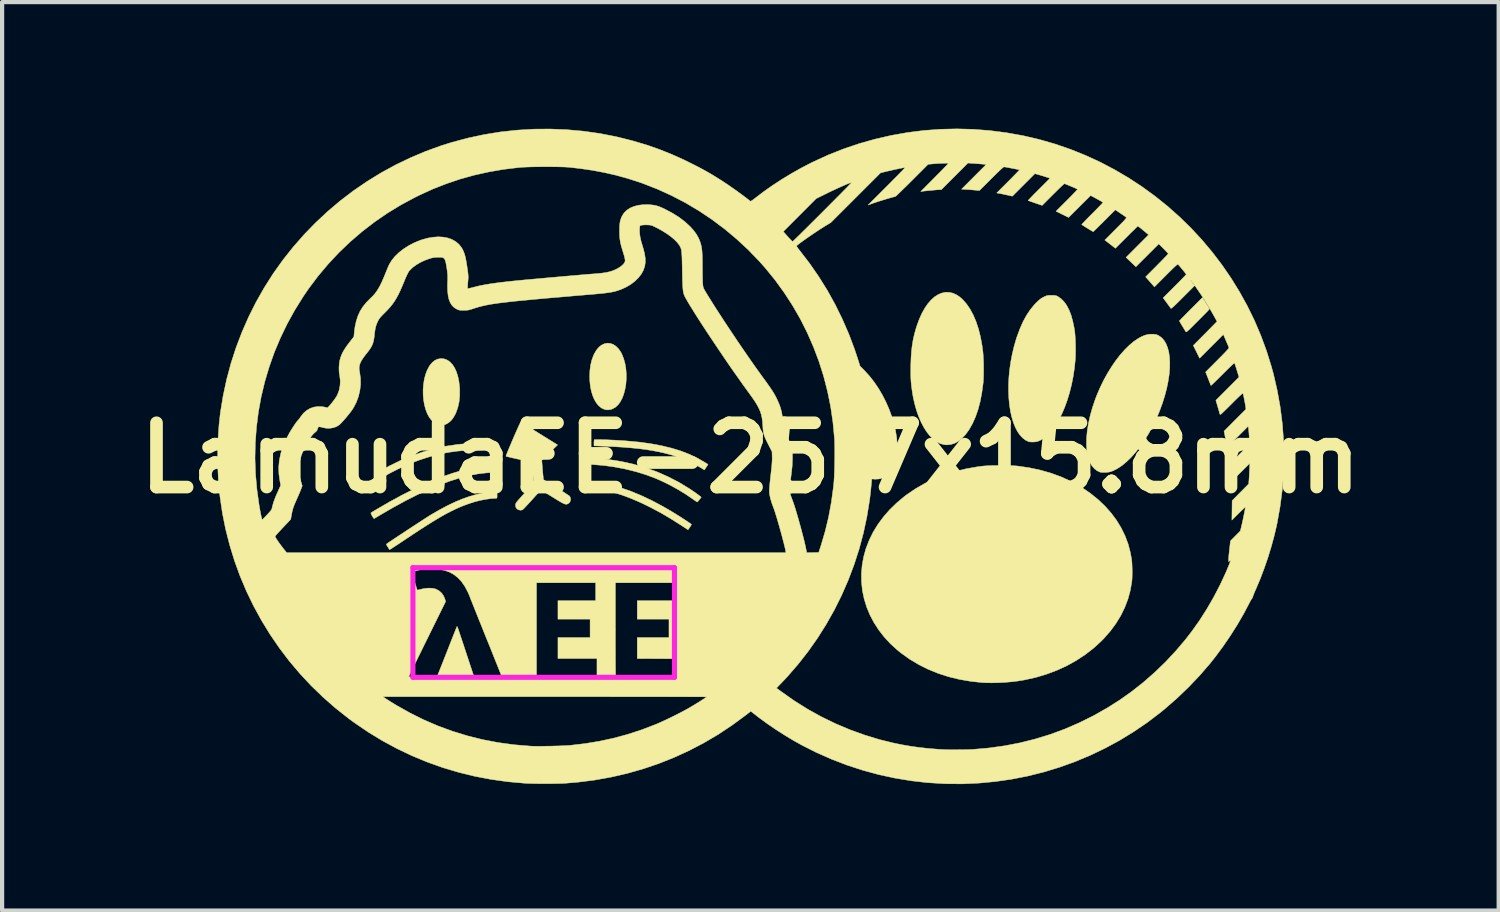
<source format=kicad_pcb>
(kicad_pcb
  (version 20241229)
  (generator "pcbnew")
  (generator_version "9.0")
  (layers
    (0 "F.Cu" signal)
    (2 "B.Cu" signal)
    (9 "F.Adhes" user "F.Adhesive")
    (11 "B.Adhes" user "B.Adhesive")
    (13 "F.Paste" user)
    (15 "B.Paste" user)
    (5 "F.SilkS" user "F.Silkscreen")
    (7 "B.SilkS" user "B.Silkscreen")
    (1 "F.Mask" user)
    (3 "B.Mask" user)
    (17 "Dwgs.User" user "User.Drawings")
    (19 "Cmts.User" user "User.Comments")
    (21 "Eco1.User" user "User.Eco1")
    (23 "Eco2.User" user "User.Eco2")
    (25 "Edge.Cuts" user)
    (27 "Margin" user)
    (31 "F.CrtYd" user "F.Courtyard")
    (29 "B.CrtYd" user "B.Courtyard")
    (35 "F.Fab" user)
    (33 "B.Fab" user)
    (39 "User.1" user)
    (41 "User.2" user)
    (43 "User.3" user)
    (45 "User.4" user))
  (footprint "LamudaEE-25.7x15.8mm"
    (layer "F.Cu")
    (at 14.739 7.807)
    (property "Reference" "LamudaEE-25.7x15.8mm" (at 0 0 0) (layer "F.SilkS") (effects (font (size 1.524 1.524) (thickness 0.3))))
    (attr exclude_from_pos_files exclude_from_bom)
    (fp_poly (pts (xy -3.797 0.555) (xy -3.565 0.585) (xy -3.328 0.634) (xy -3.086 0.701) (xy -2.837 0.787) (xy -2.584 0.892) (xy -2.323 1.016) (xy -2.057 1.158) (xy -1.872 1.266) (xy -1.814 1.301) (xy -1.752 1.34) (xy -1.688 1.38) (xy -1.624 1.42) (xy -1.564 1.459) (xy -1.51 1.495) (xy -1.464 1.525) (xy -1.428 1.55) (xy -1.405 1.567) (xy -1.398 1.573) (xy -1.401 1.585) (xy -1.414 1.608) (xy -1.433 1.638) (xy -1.436 1.642) (xy -1.478 1.703) (xy -1.631 1.602) (xy -1.881 1.444) (xy -2.127 1.299) (xy -2.37 1.17) (xy -2.607 1.055) (xy -2.838 0.956) (xy -3.062 0.873) (xy -3.278 0.807) (xy -3.485 0.757) (xy -3.631 0.731) (xy -3.685 0.723) (xy -3.737 0.717) (xy -3.781 0.713) (xy -3.811 0.711) (xy -3.813 0.711) (xy -3.861 0.711) (xy -3.861 0.549) (xy -3.797 0.555)) (stroke (width 0.01) (type solid)) (fill yes) (layer "F.SilkS"))
    (fp_poly (pts (xy -3.326 -2.717) (xy -3.257 -2.695) (xy -3.192 -2.653) (xy -3.131 -2.594) (xy -3.075 -2.516) (xy -3.048 -2.464) (xy -3.005 -2.358) (xy -2.973 -2.243) (xy -2.952 -2.121) (xy -2.942 -1.996) (xy -2.942 -1.869) (xy -2.952 -1.744) (xy -2.973 -1.624) (xy -3.003 -1.511) (xy -3.042 -1.409) (xy -3.091 -1.32) (xy -3.137 -1.26) (xy -3.198 -1.204) (xy -3.265 -1.165) (xy -3.335 -1.143) (xy -3.405 -1.14) (xy -3.461 -1.152) (xy -3.531 -1.185) (xy -3.595 -1.237) (xy -3.651 -1.305) (xy -3.7 -1.388) (xy -3.741 -1.485) (xy -3.773 -1.595) (xy -3.796 -1.715) (xy -3.808 -1.845) (xy -3.81 -1.928) (xy -3.805 -2.071) (xy -3.788 -2.2) (xy -3.76 -2.318) (xy -3.72 -2.429) (xy -3.702 -2.467) (xy -3.651 -2.555) (xy -3.594 -2.624) (xy -3.531 -2.675) (xy -3.464 -2.707) (xy -3.395 -2.722) (xy -3.326 -2.717)) (stroke (width 0.01) (type solid)) (fill yes) (layer "F.SilkS"))
    (fp_poly (pts (xy 10.762 -3.733) (xy 10.802 -3.668) (xy 10.836 -3.614) (xy 10.86 -3.572) (xy 10.876 -3.543) (xy 10.881 -3.529) (xy 10.874 -3.52) (xy 10.855 -3.499) (xy 10.824 -3.466) (xy 10.783 -3.424) (xy 10.734 -3.374) (xy 10.678 -3.318) (xy 10.618 -3.257) (xy 10.608 -3.247) (xy 10.538 -3.178) (xy 10.482 -3.121) (xy 10.436 -3.076) (xy 10.401 -3.042) (xy 10.374 -3.018) (xy 10.355 -3.002) (xy 10.342 -2.992) (xy 10.333 -2.989) (xy 10.327 -2.99) (xy 10.322 -2.994) (xy 10.32 -2.998) (xy 10.296 -3.036) (xy 10.27 -3.079) (xy 10.243 -3.124) (xy 10.217 -3.166) (xy 10.196 -3.204) (xy 10.179 -3.232) (xy 10.171 -3.248) (xy 10.17 -3.25) (xy 10.177 -3.258) (xy 10.197 -3.279) (xy 10.228 -3.312) (xy 10.269 -3.353) (xy 10.318 -3.403) (xy 10.373 -3.459) (xy 10.434 -3.52) (xy 10.444 -3.53) (xy 10.717 -3.803) (xy 10.762 -3.733)) (stroke (width 0.01) (type solid)) (fill yes) (layer "F.SilkS"))
    (fp_poly (pts (xy -7.25 -2.347) (xy -7.181 -2.319) (xy -7.117 -2.273) (xy -7.06 -2.211) (xy -7.01 -2.133) (xy -6.968 -2.041) (xy -6.935 -1.935) (xy -6.91 -1.817) (xy -6.895 -1.688) (xy -6.891 -1.626) (xy -6.892 -1.474) (xy -6.905 -1.335) (xy -6.933 -1.207) (xy -6.974 -1.087) (xy -6.994 -1.041) (xy -7.042 -0.956) (xy -7.097 -0.886) (xy -7.159 -0.833) (xy -7.224 -0.796) (xy -7.293 -0.778) (xy -7.364 -0.779) (xy -7.376 -0.782) (xy -7.439 -0.802) (xy -7.498 -0.838) (xy -7.55 -0.884) (xy -7.608 -0.957) (xy -7.657 -1.044) (xy -7.696 -1.145) (xy -7.726 -1.255) (xy -7.747 -1.373) (xy -7.758 -1.495) (xy -7.759 -1.619) (xy -7.75 -1.742) (xy -7.731 -1.862) (xy -7.702 -1.975) (xy -7.663 -2.079) (xy -7.614 -2.172) (xy -7.596 -2.199) (xy -7.539 -2.266) (xy -7.479 -2.314) (xy -7.414 -2.344) (xy -7.343 -2.356) (xy -7.324 -2.357) (xy -7.25 -2.347)) (stroke (width 0.01) (type solid)) (fill yes) (layer "F.SilkS"))
    (fp_poly (pts (xy -6.365 -0.342) (xy -6.347 -0.341) (xy -6.228 -0.333) (xy -6.228 -0.271) (xy -6.229 -0.236) (xy -6.233 -0.209) (xy -6.236 -0.197) (xy -6.247 -0.193) (xy -6.276 -0.19) (xy -6.323 -0.188) (xy -6.389 -0.186) (xy -6.475 -0.186) (xy -6.492 -0.186) (xy -6.717 -0.18) (xy -6.931 -0.164) (xy -7.139 -0.136) (xy -7.347 -0.096) (xy -7.56 -0.042) (xy -7.691 -0.003) (xy -7.851 0.05) (xy -8.021 0.115) (xy -8.195 0.189) (xy -8.367 0.269) (xy -8.534 0.354) (xy -8.688 0.439) (xy -8.689 0.44) (xy -8.819 0.516) (xy -8.859 0.449) (xy -8.899 0.382) (xy -8.821 0.335) (xy -8.563 0.191) (xy -8.3 0.062) (xy -8.031 -0.05) (xy -7.76 -0.145) (xy -7.488 -0.222) (xy -7.216 -0.28) (xy -6.947 -0.32) (xy -6.903 -0.325) (xy -6.817 -0.332) (xy -6.722 -0.337) (xy -6.624 -0.341) (xy -6.528 -0.344) (xy -6.44 -0.344) (xy -6.365 -0.342)) (stroke (width 0.01) (type solid)) (fill yes) (layer "F.SilkS"))
    (fp_poly (pts (xy -3.757 0.000104) (xy -3.724 0.001) (xy -3.676 0.005) (xy -3.616 0.009) (xy -3.549 0.016) (xy -3.478 0.022) (xy -3.41 0.03) (xy -3.353 0.037) (xy -3.06 0.083) (xy -2.772 0.147) (xy -2.49 0.229) (xy -2.215 0.328) (xy -1.95 0.445) (xy -1.694 0.577) (xy -1.45 0.725) (xy -1.345 0.795) (xy -1.3 0.827) (xy -1.258 0.858) (xy -1.224 0.883) (xy -1.201 0.901) (xy -1.199 0.902) (xy -1.165 0.931) (xy -1.208 0.986) (xy -1.231 1.014) (xy -1.249 1.035) (xy -1.258 1.044) (xy -1.258 1.044) (xy -1.268 1.039) (xy -1.292 1.024) (xy -1.326 1.001) (xy -1.367 0.973) (xy -1.392 0.955) (xy -1.535 0.858) (xy -1.692 0.762) (xy -1.857 0.669) (xy -2.024 0.584) (xy -2.187 0.509) (xy -2.256 0.48) (xy -2.484 0.395) (xy -2.725 0.322) (xy -2.972 0.261) (xy -3.221 0.213) (xy -3.466 0.179) (xy -3.592 0.168) (xy -3.64 0.164) (xy -3.69 0.16) (xy -3.731 0.156) (xy -3.731 0.156) (xy -3.79 0.15) (xy -3.79 0) (xy -3.757 0.000104)) (stroke (width 0.01) (type solid)) (fill yes) (layer "F.SilkS"))
    (fp_poly (pts (xy -3.554 -0.435) (xy -3.483 -0.433) (xy -3.404 -0.431) (xy -3.319 -0.427) (xy -3.229 -0.423) (xy -3.137 -0.418) (xy -3.045 -0.412) (xy -2.956 -0.406) (xy -2.896 -0.401) (xy -2.612 -0.374) (xy -2.345 -0.336) (xy -2.096 -0.289) (xy -1.863 -0.232) (xy -1.646 -0.165) (xy -1.445 -0.087) (xy -1.26 0.001) (xy -1.089 0.099) (xy -1.079 0.106) (xy -1.004 0.153) (xy -1.022 0.181) (xy -1.054 0.229) (xy -1.076 0.263) (xy -1.089 0.281) (xy -1.091 0.284) (xy -1.1 0.279) (xy -1.121 0.265) (xy -1.153 0.245) (xy -1.173 0.233) (xy -1.322 0.147) (xy -1.485 0.069) (xy -1.66 -0.002) (xy -1.842 -0.063) (xy -1.881 -0.075) (xy -2.021 -0.112) (xy -2.166 -0.145) (xy -2.318 -0.174) (xy -2.479 -0.2) (xy -2.651 -0.222) (xy -2.835 -0.24) (xy -3.034 -0.256) (xy -3.25 -0.269) (xy -3.483 -0.279) (xy -3.518 -0.281) (xy -3.708 -0.288) (xy -3.708 -0.355) (xy -3.707 -0.391) (xy -3.704 -0.419) (xy -3.701 -0.432) (xy -3.689 -0.435) (xy -3.659 -0.436) (xy -3.613 -0.436) (xy -3.554 -0.435)) (stroke (width 0.01) (type solid)) (fill yes) (layer "F.SilkS"))
    (fp_poly (pts (xy -6.11 0.266) (xy -6.114 0.302) (xy -6.117 0.329) (xy -6.119 0.341) (xy -6.119 0.341) (xy -6.129 0.342) (xy -6.156 0.345) (xy -6.196 0.349) (xy -6.245 0.353) (xy -6.265 0.354) (xy -6.464 0.378) (xy -6.675 0.419) (xy -6.897 0.476) (xy -7.13 0.55) (xy -7.375 0.641) (xy -7.63 0.748) (xy -7.897 0.872) (xy -8.175 1.013) (xy -8.464 1.171) (xy -8.763 1.344) (xy -8.813 1.374) (xy -8.857 1.4) (xy -8.891 1.42) (xy -8.914 1.434) (xy -8.921 1.438) (xy -8.929 1.432) (xy -8.943 1.412) (xy -8.962 1.382) (xy -8.966 1.375) (xy -8.983 1.342) (xy -8.994 1.316) (xy -8.996 1.302) (xy -8.995 1.301) (xy -8.984 1.294) (xy -8.958 1.277) (xy -8.921 1.255) (xy -8.875 1.227) (xy -8.824 1.197) (xy -8.546 1.036) (xy -8.276 0.889) (xy -8.014 0.756) (xy -7.761 0.636) (xy -7.518 0.53) (xy -7.285 0.438) (xy -7.062 0.362) (xy -6.852 0.299) (xy -6.653 0.252) (xy -6.556 0.234) (xy -6.467 0.22) (xy -6.378 0.209) (xy -6.293 0.2) (xy -6.217 0.195) (xy -6.165 0.193) (xy -6.103 0.193) (xy -6.11 0.266)) (stroke (width 0.01) (type solid)) (fill yes) (layer "F.SilkS"))
    (fp_poly (pts (xy -6.005 0.877) (xy -6.005 0.917) (xy -6.007 0.94) (xy -6.012 0.951) (xy -6.021 0.955) (xy -6.027 0.955) (xy -6.144 0.962) (xy -6.273 0.98) (xy -6.407 1.006) (xy -6.543 1.041) (xy -6.624 1.067) (xy -6.72 1.1) (xy -6.814 1.135) (xy -6.908 1.174) (xy -7.003 1.217) (xy -7.101 1.265) (xy -7.204 1.318) (xy -7.313 1.379) (xy -7.429 1.447) (xy -7.555 1.524) (xy -7.692 1.61) (xy -7.841 1.706) (xy -8.004 1.813) (xy -8.071 1.858) (xy -8.154 1.913) (xy -8.233 1.966) (xy -8.305 2.014) (xy -8.37 2.057) (xy -8.426 2.093) (xy -8.47 2.122) (xy -8.501 2.142) (xy -8.516 2.152) (xy -8.554 2.175) (xy -8.595 2.111) (xy -8.615 2.078) (xy -8.626 2.058) (xy -8.628 2.045) (xy -8.622 2.037) (xy -8.618 2.034) (xy -8.598 2.02) (xy -8.563 1.995) (xy -8.514 1.963) (xy -8.455 1.923) (xy -8.386 1.877) (xy -8.31 1.827) (xy -8.229 1.774) (xy -8.145 1.718) (xy -8.059 1.662) (xy -7.974 1.606) (xy -7.892 1.553) (xy -7.815 1.502) (xy -7.744 1.456) (xy -7.682 1.416) (xy -7.63 1.383) (xy -7.591 1.358) (xy -7.569 1.345) (xy -7.365 1.227) (xy -7.173 1.125) (xy -6.989 1.038) (xy -6.814 0.966) (xy -6.646 0.907) (xy -6.483 0.862) (xy -6.323 0.83) (xy -6.167 0.811) (xy -6.117 0.807) (xy -6.005 0.8) (xy -6.005 0.877)) (stroke (width 0.01) (type solid)) (fill yes) (layer "F.SilkS"))
    (fp_poly (pts (xy 9.547 -2.934) (xy 9.597 -2.93) (xy 9.636 -2.921) (xy 9.672 -2.905) (xy 9.681 -2.9) (xy 9.749 -2.852) (xy 9.807 -2.787) (xy 9.855 -2.707) (xy 9.892 -2.612) (xy 9.92 -2.504) (xy 9.937 -2.384) (xy 9.943 -2.253) (xy 9.94 -2.113) (xy 9.926 -1.963) (xy 9.902 -1.806) (xy 9.868 -1.642) (xy 9.823 -1.472) (xy 9.768 -1.298) (xy 9.703 -1.12) (xy 9.686 -1.077) (xy 9.609 -0.899) (xy 9.524 -0.728) (xy 9.433 -0.564) (xy 9.336 -0.41) (xy 9.236 -0.266) (xy 9.132 -0.134) (xy 9.026 -0.015) (xy 8.918 0.089) (xy 8.811 0.178) (xy 8.705 0.249) (xy 8.601 0.302) (xy 8.587 0.308) (xy 8.541 0.324) (xy 8.5 0.334) (xy 8.455 0.34) (xy 8.412 0.342) (xy 8.367 0.342) (xy 8.327 0.341) (xy 8.299 0.338) (xy 8.291 0.336) (xy 8.217 0.302) (xy 8.151 0.249) (xy 8.093 0.181) (xy 8.046 0.097) (xy 8.011 0.000446) (xy 8.003 -0.03) (xy 7.978 -0.165) (xy 7.968 -0.313) (xy 7.97 -0.472) (xy 7.986 -0.642) (xy 8.015 -0.82) (xy 8.056 -1.005) (xy 8.109 -1.194) (xy 8.175 -1.388) (xy 8.211 -1.483) (xy 8.288 -1.663) (xy 8.372 -1.837) (xy 8.463 -2.003) (xy 8.56 -2.16) (xy 8.661 -2.307) (xy 8.765 -2.442) (xy 8.872 -2.563) (xy 8.98 -2.67) (xy 9.088 -2.761) (xy 9.195 -2.834) (xy 9.27 -2.875) (xy 9.348 -2.908) (xy 9.418 -2.927) (xy 9.489 -2.935) (xy 9.547 -2.934)) (stroke (width 0.01) (type solid)) (fill yes) (layer "F.SilkS"))
    (fp_poly (pts (xy 4.71 -3.927) (xy 4.797 -3.908) (xy 4.884 -3.87) (xy 4.97 -3.812) (xy 5.033 -3.756) (xy 5.125 -3.651) (xy 5.209 -3.528) (xy 5.284 -3.389) (xy 5.35 -3.233) (xy 5.407 -3.061) (xy 5.454 -2.875) (xy 5.491 -2.675) (xy 5.513 -2.515) (xy 5.519 -2.439) (xy 5.524 -2.349) (xy 5.528 -2.25) (xy 5.529 -2.146) (xy 5.529 -2.042) (xy 5.528 -1.943) (xy 5.524 -1.855) (xy 5.519 -1.78) (xy 5.518 -1.773) (xy 5.488 -1.551) (xy 5.449 -1.344) (xy 5.399 -1.153) (xy 5.338 -0.977) (xy 5.268 -0.819) (xy 5.188 -0.677) (xy 5.179 -0.663) (xy 5.101 -0.556) (xy 5.018 -0.467) (xy 4.933 -0.398) (xy 4.844 -0.349) (xy 4.753 -0.32) (xy 4.66 -0.31) (xy 4.597 -0.315) (xy 4.509 -0.338) (xy 4.423 -0.38) (xy 4.341 -0.44) (xy 4.261 -0.517) (xy 4.186 -0.61) (xy 4.116 -0.719) (xy 4.051 -0.841) (xy 3.992 -0.976) (xy 3.94 -1.123) (xy 3.895 -1.281) (xy 3.858 -1.448) (xy 3.846 -1.517) (xy 3.831 -1.617) (xy 3.819 -1.708) (xy 3.81 -1.796) (xy 3.804 -1.886) (xy 3.802 -1.98) (xy 3.801 -2.086) (xy 3.803 -2.207) (xy 3.803 -2.208) (xy 3.809 -2.375) (xy 3.819 -2.527) (xy 3.836 -2.668) (xy 3.858 -2.802) (xy 3.888 -2.934) (xy 3.925 -3.067) (xy 3.952 -3.15) (xy 4.008 -3.301) (xy 4.07 -3.437) (xy 4.138 -3.557) (xy 4.21 -3.661) (xy 4.287 -3.749) (xy 4.367 -3.82) (xy 4.45 -3.873) (xy 4.535 -3.909) (xy 4.622 -3.928) (xy 4.71 -3.927)) (stroke (width 0.01) (type solid)) (fill yes) (layer "F.SilkS"))
    (fp_poly (pts (xy 7.137 -3.856) (xy 7.188 -3.855) (xy 7.224 -3.852) (xy 7.251 -3.846) (xy 7.274 -3.837) (xy 7.28 -3.834) (xy 7.36 -3.78) (xy 7.432 -3.709) (xy 7.497 -3.62) (xy 7.553 -3.513) (xy 7.602 -3.388) (xy 7.642 -3.245) (xy 7.676 -3.083) (xy 7.687 -3.013) (xy 7.694 -2.951) (xy 7.7 -2.874) (xy 7.705 -2.786) (xy 7.708 -2.691) (xy 7.709 -2.595) (xy 7.709 -2.5) (xy 7.707 -2.414) (xy 7.704 -2.339) (xy 7.702 -2.322) (xy 7.681 -2.12) (xy 7.651 -1.924) (xy 7.613 -1.733) (xy 7.567 -1.55) (xy 7.514 -1.376) (xy 7.455 -1.211) (xy 7.39 -1.057) (xy 7.319 -0.916) (xy 7.244 -0.788) (xy 7.164 -0.675) (xy 7.08 -0.578) (xy 6.993 -0.498) (xy 6.904 -0.436) (xy 6.863 -0.415) (xy 6.819 -0.396) (xy 6.78 -0.386) (xy 6.735 -0.38) (xy 6.711 -0.379) (xy 6.669 -0.379) (xy 6.632 -0.381) (xy 6.607 -0.384) (xy 6.604 -0.385) (xy 6.525 -0.421) (xy 6.453 -0.476) (xy 6.387 -0.547) (xy 6.328 -0.634) (xy 6.277 -0.735) (xy 6.232 -0.85) (xy 6.194 -0.976) (xy 6.164 -1.114) (xy 6.142 -1.261) (xy 6.127 -1.416) (xy 6.12 -1.578) (xy 6.12 -1.746) (xy 6.129 -1.919) (xy 6.146 -2.096) (xy 6.172 -2.274) (xy 6.206 -2.454) (xy 6.248 -2.633) (xy 6.299 -2.811) (xy 6.32 -2.875) (xy 6.39 -3.064) (xy 6.465 -3.233) (xy 6.548 -3.385) (xy 6.638 -3.519) (xy 6.735 -3.637) (xy 6.771 -3.674) (xy 6.818 -3.72) (xy 6.857 -3.754) (xy 6.891 -3.78) (xy 6.926 -3.802) (xy 6.954 -3.816) (xy 6.992 -3.834) (xy 7.022 -3.846) (xy 7.049 -3.852) (xy 7.082 -3.855) (xy 7.127 -3.856) (xy 7.137 -3.856)) (stroke (width 0.01) (type solid)) (fill yes) (layer "F.SilkS"))
    (fp_poly (pts (xy 6.014 0.179) (xy 6.107 0.18) (xy 6.192 0.182) (xy 6.265 0.185) (xy 6.323 0.19) (xy 6.335 0.191) (xy 6.609 0.231) (xy 6.872 0.287) (xy 7.125 0.359) (xy 7.366 0.447) (xy 7.594 0.551) (xy 7.81 0.669) (xy 7.871 0.707) (xy 8.067 0.843) (xy 8.246 0.988) (xy 8.409 1.143) (xy 8.554 1.307) (xy 8.682 1.479) (xy 8.791 1.659) (xy 8.883 1.847) (xy 8.956 2.042) (xy 9.009 2.244) (xy 9.037 2.4) (xy 9.044 2.461) (xy 9.048 2.537) (xy 9.051 2.622) (xy 9.052 2.709) (xy 9.051 2.794) (xy 9.048 2.871) (xy 9.042 2.934) (xy 9.042 2.937) (xy 9.006 3.143) (xy 8.951 3.345) (xy 8.876 3.542) (xy 8.783 3.733) (xy 8.67 3.918) (xy 8.539 4.097) (xy 8.39 4.268) (xy 8.322 4.338) (xy 8.138 4.507) (xy 7.939 4.661) (xy 7.728 4.8) (xy 7.504 4.925) (xy 7.268 5.033) (xy 7.021 5.126) (xy 6.764 5.203) (xy 6.497 5.262) (xy 6.47 5.267) (xy 6.332 5.289) (xy 6.182 5.307) (xy 6.025 5.32) (xy 5.868 5.328) (xy 5.715 5.331) (xy 5.572 5.328) (xy 5.491 5.324) (xy 5.217 5.294) (xy 4.951 5.248) (xy 4.694 5.185) (xy 4.447 5.105) (xy 4.21 5.008) (xy 3.984 4.895) (xy 3.771 4.767) (xy 3.569 4.622) (xy 3.485 4.554) (xy 3.32 4.404) (xy 3.172 4.244) (xy 3.042 4.076) (xy 2.929 3.901) (xy 2.833 3.719) (xy 2.756 3.532) (xy 2.697 3.34) (xy 2.656 3.144) (xy 2.635 2.946) (xy 2.632 2.745) (xy 2.649 2.543) (xy 2.686 2.341) (xy 2.739 2.149) (xy 2.815 1.952) (xy 2.909 1.76) (xy 3.022 1.575) (xy 3.154 1.397) (xy 3.302 1.227) (xy 3.468 1.066) (xy 3.65 0.913) (xy 3.706 0.871) (xy 3.912 0.731) (xy 4.132 0.604) (xy 4.364 0.493) (xy 4.608 0.398) (xy 4.861 0.318) (xy 5.124 0.254) (xy 5.395 0.207) (xy 5.522 0.191) (xy 5.577 0.187) (xy 5.648 0.183) (xy 5.731 0.18) (xy 5.823 0.179) (xy 5.918 0.178) (xy 6.014 0.179)) (stroke (width 0.01) (type solid)) (fill yes) (layer "F.SilkS"))
    (fp_poly (pts (xy -5.435 -0.845) (xy -5.41 -0.83) (xy -5.371 -0.806) (xy -5.319 -0.774) (xy -5.257 -0.736) (xy -5.186 -0.692) (xy -5.107 -0.643) (xy -5.023 -0.591) (xy -5.004 -0.579) (xy -4.571 -0.31) (xy -4.758 -0.127) (xy -4.945 0.056) (xy -4.927 0.283) (xy -4.921 0.349) (xy -4.916 0.407) (xy -4.911 0.456) (xy -4.908 0.491) (xy -4.906 0.51) (xy -4.905 0.513) (xy -4.896 0.519) (xy -4.872 0.534) (xy -4.834 0.557) (xy -4.785 0.587) (xy -4.727 0.623) (xy -4.661 0.664) (xy -4.602 0.7) (xy -4.531 0.744) (xy -4.465 0.786) (xy -4.406 0.823) (xy -4.357 0.856) (xy -4.319 0.881) (xy -4.294 0.898) (xy -4.285 0.906) (xy -4.266 0.943) (xy -4.262 0.985) (xy -4.271 1.028) (xy -4.294 1.063) (xy -4.319 1.082) (xy -4.337 1.091) (xy -4.355 1.096) (xy -4.374 1.097) (xy -4.397 1.092) (xy -4.425 1.082) (xy -4.46 1.064) (xy -4.506 1.039) (xy -4.563 1.005) (xy -4.634 0.961) (xy -4.679 0.933) (xy -4.745 0.892) (xy -4.806 0.855) (xy -4.86 0.822) (xy -4.905 0.796) (xy -4.937 0.777) (xy -4.955 0.767) (xy -4.958 0.766) (xy -4.969 0.773) (xy -4.992 0.793) (xy -5.026 0.827) (xy -5.07 0.873) (xy -5.122 0.93) (xy -5.176 0.99) (xy -5.228 1.048) (xy -5.277 1.101) (xy -5.321 1.148) (xy -5.357 1.186) (xy -5.384 1.213) (xy -5.4 1.227) (xy -5.403 1.229) (xy -5.448 1.239) (xy -5.495 1.229) (xy -5.514 1.22) (xy -5.546 1.193) (xy -5.563 1.161) (xy -5.568 1.12) (xy -5.568 1.106) (xy -5.566 1.094) (xy -5.562 1.082) (xy -5.554 1.067) (xy -5.541 1.047) (xy -5.521 1.022) (xy -5.493 0.989) (xy -5.455 0.947) (xy -5.407 0.892) (xy -5.346 0.825) (xy -5.344 0.823) (xy -5.296 0.769) (xy -5.251 0.719) (xy -5.213 0.676) (xy -5.182 0.641) (xy -5.161 0.618) (xy -5.153 0.607) (xy -5.149 0.599) (xy -5.146 0.584) (xy -5.145 0.562) (xy -5.146 0.528) (xy -5.148 0.481) (xy -5.152 0.418) (xy -5.157 0.353) (xy -5.163 0.283) (xy -5.168 0.221) (xy -5.174 0.17) (xy -5.179 0.131) (xy -5.184 0.11) (xy -5.186 0.106) (xy -5.198 0.101) (xy -5.228 0.092) (xy -5.272 0.081) (xy -5.329 0.067) (xy -5.395 0.052) (xy -5.469 0.036) (xy -5.491 0.031) (xy -5.566 0.014) (xy -5.635 -0.001) (xy -5.694 -0.015) (xy -5.742 -0.026) (xy -5.776 -0.035) (xy -5.793 -0.04) (xy -5.795 -0.041) (xy -5.792 -0.051) (xy -5.783 -0.078) (xy -5.767 -0.118) (xy -5.746 -0.17) (xy -5.721 -0.231) (xy -5.692 -0.299) (xy -5.661 -0.372) (xy -5.629 -0.447) (xy -5.597 -0.522) (xy -5.565 -0.595) (xy -5.535 -0.662) (xy -5.508 -0.723) (xy -5.484 -0.775) (xy -5.465 -0.815) (xy -5.452 -0.841) (xy -5.445 -0.851) (xy -5.445 -0.851) (xy -5.435 -0.845)) (stroke (width 0.01) (type solid)) (fill yes) (layer "F.SilkS"))
    (fp_poly (pts (xy 5.287 -7.792) (xy 5.68 -7.761) (xy 6.072 -7.711) (xy 6.463 -7.641) (xy 6.472 -7.639) (xy 6.852 -7.55) (xy 7.224 -7.443) (xy 7.59 -7.317) (xy 7.947 -7.173) (xy 8.295 -7.013) (xy 8.634 -6.835) (xy 8.963 -6.642) (xy 9.282 -6.433) (xy 9.59 -6.209) (xy 9.887 -5.971) (xy 10.172 -5.718) (xy 10.444 -5.452) (xy 10.703 -5.174) (xy 10.948 -4.882) (xy 11.179 -4.579) (xy 11.395 -4.265) (xy 11.596 -3.939) (xy 11.781 -3.604) (xy 11.95 -3.259) (xy 12.101 -2.904) (xy 12.235 -2.541) (xy 12.351 -2.169) (xy 12.4 -1.991) (xy 12.49 -1.601) (xy 12.56 -1.209) (xy 12.61 -0.816) (xy 12.64 -0.422) (xy 12.649 -0.026) (xy 12.639 0.369) (xy 12.608 0.765) (xy 12.556 1.161) (xy 12.485 1.557) (xy 12.471 1.621) (xy 12.414 1.863) (xy 12.345 2.114) (xy 12.267 2.368) (xy 12.18 2.62) (xy 12.088 2.863) (xy 11.991 3.093) (xy 11.977 3.124) (xy 11.955 3.174) (xy 11.936 3.221) (xy 11.921 3.259) (xy 11.912 3.285) (xy 11.912 3.289) (xy 11.904 3.314) (xy 11.893 3.33) (xy 11.892 3.33) (xy 11.882 3.342) (xy 11.866 3.368) (xy 11.847 3.403) (xy 11.836 3.424) (xy 11.698 3.686) (xy 11.545 3.951) (xy 11.379 4.213) (xy 11.204 4.469) (xy 11.024 4.712) (xy 10.897 4.872) (xy 10.65 5.158) (xy 10.387 5.434) (xy 10.112 5.698) (xy 9.826 5.947) (xy 9.719 6.035) (xy 9.406 6.273) (xy 9.082 6.493) (xy 8.749 6.697) (xy 8.406 6.882) (xy 8.055 7.05) (xy 7.696 7.2) (xy 7.329 7.332) (xy 6.957 7.445) (xy 6.579 7.54) (xy 6.196 7.615) (xy 5.809 7.671) (xy 5.418 7.708) (xy 5.024 7.726) (xy 4.629 7.723) (xy 4.587 7.721) (xy 4.196 7.697) (xy 3.806 7.652) (xy 3.42 7.588) (xy 3.037 7.505) (xy 2.66 7.402) (xy 2.289 7.281) (xy 1.924 7.141) (xy 1.568 6.984) (xy 1.22 6.808) (xy 1.036 6.706) (xy 0.823 6.578) (xy 0.61 6.442) (xy 0.402 6.3) (xy 0.205 6.156) (xy 0.079 6.058) (xy 0.01 6.004) (xy -0.119 6.104) (xy -0.439 6.339) (xy -0.768 6.557) (xy -1.106 6.756) (xy -1.453 6.937) (xy -1.809 7.1) (xy -2.173 7.245) (xy -2.544 7.371) (xy -2.923 7.479) (xy -3.308 7.567) (xy -3.699 7.637) (xy -4.096 7.687) (xy -4.384 7.711) (xy -4.452 7.715) (xy -4.536 7.717) (xy -4.632 7.719) (xy -4.737 7.721) (xy -4.847 7.721) (xy -4.957 7.721) (xy -5.065 7.72) (xy -5.165 7.718) (xy -5.255 7.716) (xy -5.329 7.712) (xy -5.349 7.711) (xy -5.75 7.675) (xy -6.145 7.62) (xy -6.535 7.546) (xy -6.918 7.452) (xy -7.294 7.34) (xy -7.664 7.208) (xy -8.026 7.058) (xy -8.38 6.889) (xy -8.726 6.702) (xy -9.063 6.497) (xy -9.391 6.273) (xy -9.525 6.175) (xy -9.836 5.929) (xy -10.133 5.669) (xy -10.143 5.659) (xy -8.712 5.659) (xy -8.631 5.714) (xy -8.593 5.738) (xy -8.543 5.77) (xy -8.487 5.805) (xy -8.428 5.841) (xy -8.397 5.86) (xy -8.071 6.043) (xy -7.74 6.208) (xy -7.401 6.354) (xy -7.056 6.48) (xy -6.704 6.588) (xy -6.345 6.677) (xy -5.978 6.747) (xy -5.604 6.798) (xy -5.221 6.83) (xy -5.202 6.831) (xy -5.154 6.833) (xy -5.089 6.834) (xy -5.011 6.834) (xy -4.923 6.834) (xy -4.828 6.832) (xy -4.73 6.831) (xy -4.633 6.828) (xy -4.539 6.826) (xy -4.452 6.822) (xy -4.375 6.819) (xy -4.313 6.815) (xy -4.277 6.813) (xy -3.92 6.771) (xy -3.573 6.714) (xy -3.234 6.64) (xy -2.902 6.55) (xy -2.573 6.442) (xy -2.244 6.316) (xy -2.238 6.314) (xy -2.162 6.281) (xy -2.073 6.241) (xy -1.975 6.195) (xy -1.871 6.145) (xy -1.767 6.093) (xy -1.665 6.041) (xy -1.57 5.991) (xy -1.487 5.946) (xy -1.452 5.925) (xy -1.4 5.895) (xy -1.344 5.862) (xy -1.286 5.826) (xy -1.228 5.791) (xy -1.174 5.756) (xy -1.125 5.725) (xy -1.084 5.698) (xy -1.055 5.678) (xy -1.039 5.666) (xy -1.036 5.663) (xy -1.046 5.663) (xy -1.076 5.663) (xy -1.125 5.662) (xy -1.191 5.662) (xy -1.276 5.662) (xy -1.377 5.662) (xy -1.494 5.661) (xy -1.627 5.661) (xy -1.774 5.661) (xy -1.936 5.661) (xy -2.11 5.66) (xy -2.298 5.66) (xy -2.497 5.66) (xy -2.708 5.66) (xy -2.929 5.66) (xy -3.16 5.66) (xy -3.399 5.659) (xy -3.648 5.659) (xy -3.904 5.659) (xy -4.167 5.659) (xy -4.437 5.659) (xy -4.712 5.659) (xy -4.874 5.659) (xy -8.712 5.659) (xy -10.143 5.659) (xy -10.353 5.455) (xy 0.618 5.455) (xy 0.733 5.54) (xy 1.041 5.756) (xy 1.358 5.955) (xy 1.685 6.136) (xy 2.02 6.299) (xy 2.363 6.444) (xy 2.713 6.57) (xy 3.068 6.678) (xy 3.409 6.761) (xy 3.608 6.801) (xy 3.805 6.835) (xy 4.007 6.863) (xy 4.216 6.886) (xy 4.439 6.904) (xy 4.567 6.912) (xy 4.619 6.914) (xy 4.687 6.916) (xy 4.767 6.917) (xy 4.854 6.917) (xy 4.945 6.916) (xy 5.035 6.915) (xy 5.12 6.914) (xy 5.196 6.912) (xy 5.258 6.909) (xy 5.268 6.909) (xy 5.648 6.876) (xy 6.023 6.824) (xy 6.392 6.753) (xy 6.754 6.662) (xy 7.11 6.553) (xy 7.459 6.424) (xy 7.802 6.275) (xy 8.138 6.108) (xy 8.466 5.922) (xy 8.753 5.74) (xy 9.037 5.539) (xy 9.315 5.32) (xy 9.583 5.085) (xy 9.841 4.836) (xy 10.085 4.575) (xy 10.315 4.304) (xy 10.465 4.11) (xy 10.648 3.852) (xy 10.822 3.579) (xy 10.985 3.297) (xy 11.135 3.009) (xy 11.27 2.719) (xy 11.339 2.553) (xy 11.358 2.506) (xy 11.373 2.466) (xy 11.384 2.437) (xy 11.389 2.422) (xy 11.389 2.421) (xy 11.383 2.423) (xy 11.368 2.435) (xy 11.365 2.437) (xy 11.341 2.46) (xy 11.336 2.432) (xy 11.335 2.414) (xy 11.337 2.379) (xy 11.341 2.331) (xy 11.347 2.273) (xy 11.353 2.208) (xy 11.356 2.185) (xy 11.381 1.966) (xy 11.615 1.73) (xy 11.64 1.629) (xy 11.651 1.583) (xy 11.663 1.527) (xy 11.677 1.465) (xy 11.69 1.402) (xy 11.703 1.339) (xy 11.715 1.282) (xy 11.724 1.233) (xy 11.731 1.196) (xy 11.735 1.174) (xy 11.735 1.17) (xy 11.728 1.172) (xy 11.709 1.187) (xy 11.679 1.213) (xy 11.64 1.25) (xy 11.593 1.295) (xy 11.575 1.313) (xy 11.415 1.473) (xy 11.421 1.011) (xy 11.813 0.615) (xy 11.82 0.525) (xy 11.823 0.482) (xy 11.826 0.424) (xy 11.829 0.36) (xy 11.832 0.296) (xy 11.833 0.282) (xy 11.839 0.127) (xy 11.62 0.344) (xy 11.401 0.562) (xy 11.396 0.507) (xy 11.392 0.477) (xy 11.388 0.432) (xy 11.382 0.377) (xy 11.376 0.319) (xy 11.374 0.3) (xy 11.359 0.148) (xy 11.598 -0.092) (xy 11.838 -0.332) (xy 11.826 -0.504) (xy 11.821 -0.564) (xy 11.817 -0.62) (xy 11.813 -0.667) (xy 11.809 -0.701) (xy 11.807 -0.714) (xy 11.801 -0.752) (xy 11.552 -0.503) (xy 11.303 -0.254) (xy 11.266 -0.444) (xy 11.229 -0.635) (xy 11.488 -0.896) (xy 11.748 -1.156) (xy 11.741 -1.211) (xy 11.736 -1.241) (xy 11.729 -1.283) (xy 11.72 -1.333) (xy 11.71 -1.385) (xy 11.7 -1.436) (xy 11.691 -1.481) (xy 11.683 -1.514) (xy 11.678 -1.533) (xy 11.678 -1.534) (xy 11.67 -1.531) (xy 11.648 -1.514) (xy 11.612 -1.482) (xy 11.562 -1.435) (xy 11.499 -1.374) (xy 11.422 -1.297) (xy 11.405 -1.28) (xy 11.336 -1.211) (xy 11.28 -1.156) (xy 11.235 -1.112) (xy 11.201 -1.079) (xy 11.175 -1.055) (xy 11.157 -1.04) (xy 11.145 -1.032) (xy 11.137 -1.03) (xy 11.133 -1.033) (xy 11.13 -1.039) (xy 11.13 -1.042) (xy 11.124 -1.062) (xy 11.114 -1.098) (xy 11.101 -1.144) (xy 11.085 -1.196) (xy 11.079 -1.219) (xy 11.035 -1.367) (xy 11.584 -1.917) (xy 11.533 -2.082) (xy 11.516 -2.137) (xy 11.501 -2.185) (xy 11.488 -2.222) (xy 11.48 -2.246) (xy 11.476 -2.253) (xy 11.468 -2.248) (xy 11.447 -2.229) (xy 11.415 -2.2) (xy 11.373 -2.16) (xy 11.323 -2.112) (xy 11.268 -2.057) (xy 11.207 -1.997) (xy 11.196 -1.986) (xy 11.135 -1.925) (xy 11.079 -1.869) (xy 11.028 -1.82) (xy 10.985 -1.778) (xy 10.952 -1.747) (xy 10.929 -1.726) (xy 10.919 -1.718) (xy 10.919 -1.717) (xy 10.914 -1.728) (xy 10.903 -1.754) (xy 10.888 -1.793) (xy 10.869 -1.841) (xy 10.854 -1.88) (xy 10.792 -2.037) (xy 11.072 -2.318) (xy 11.145 -2.392) (xy 11.205 -2.453) (xy 11.253 -2.502) (xy 11.289 -2.541) (xy 11.315 -2.57) (xy 11.333 -2.592) (xy 11.342 -2.607) (xy 11.345 -2.616) (xy 11.345 -2.618) (xy 11.338 -2.633) (xy 11.326 -2.664) (xy 11.308 -2.706) (xy 11.287 -2.755) (xy 11.275 -2.782) (xy 11.213 -2.928) (xy 10.931 -2.646) (xy 10.65 -2.364) (xy 10.575 -2.516) (xy 10.5 -2.667) (xy 10.782 -2.951) (xy 11.063 -3.236) (xy 10.99 -3.368) (xy 10.898 -3.53) (xy 10.807 -3.681) (xy 10.712 -3.83) (xy 10.675 -3.886) (xy 10.634 -3.946) (xy 10.593 -4.006) (xy 10.554 -4.062) (xy 10.517 -4.113) (xy 10.486 -4.157) (xy 10.461 -4.19) (xy 10.444 -4.21) (xy 10.437 -4.216) (xy 10.44 -4.209) (xy 10.453 -4.189) (xy 10.473 -4.16) (xy 10.48 -4.149) (xy 10.528 -4.082) (xy 10.252 -3.806) (xy 10.181 -3.735) (xy 10.122 -3.677) (xy 10.075 -3.631) (xy 10.039 -3.597) (xy 10.011 -3.572) (xy 9.991 -3.556) (xy 9.978 -3.547) (xy 9.97 -3.545) (xy 9.966 -3.548) (xy 9.957 -3.562) (xy 9.938 -3.589) (xy 9.911 -3.625) (xy 9.88 -3.667) (xy 9.871 -3.68) (xy 9.785 -3.795) (xy 10.059 -4.069) (xy 10.12 -4.131) (xy 10.177 -4.188) (xy 10.227 -4.239) (xy 10.269 -4.283) (xy 10.302 -4.317) (xy 10.323 -4.341) (xy 10.333 -4.352) (xy 10.333 -4.352) (xy 10.327 -4.362) (xy 10.31 -4.385) (xy 10.286 -4.415) (xy 10.257 -4.452) (xy 10.225 -4.489) (xy 10.195 -4.526) (xy 10.168 -4.557) (xy 10.148 -4.58) (xy 10.137 -4.59) (xy 10.131 -4.59) (xy 10.119 -4.584) (xy 10.1 -4.57) (xy 10.074 -4.547) (xy 10.038 -4.514) (xy 9.992 -4.469) (xy 9.935 -4.413) (xy 9.865 -4.343) (xy 9.851 -4.329) (xy 9.579 -4.056) (xy 9.474 -4.175) (xy 9.37 -4.293) (xy 9.638 -4.562) (xy 9.698 -4.623) (xy 9.754 -4.68) (xy 9.803 -4.731) (xy 9.845 -4.774) (xy 9.877 -4.808) (xy 9.898 -4.831) (xy 9.906 -4.841) (xy 9.906 -4.841) (xy 9.899 -4.852) (xy 9.88 -4.874) (xy 9.852 -4.904) (xy 9.816 -4.941) (xy 9.794 -4.963) (xy 9.682 -5.075) (xy 9.411 -4.804) (xy 9.139 -4.533) (xy 9.022 -4.644) (xy 8.906 -4.755) (xy 9.173 -5.023) (xy 9.441 -5.291) (xy 9.317 -5.394) (xy 9.275 -5.429) (xy 9.237 -5.459) (xy 9.208 -5.481) (xy 9.191 -5.494) (xy 9.186 -5.497) (xy 9.178 -5.49) (xy 9.157 -5.47) (xy 9.124 -5.439) (xy 9.083 -5.398) (xy 9.033 -5.35) (xy 8.978 -5.295) (xy 8.918 -5.235) (xy 8.917 -5.234) (xy 8.654 -4.971) (xy 8.528 -5.069) (xy 8.403 -5.166) (xy 8.664 -5.428) (xy 8.733 -5.497) (xy 8.788 -5.553) (xy 8.832 -5.597) (xy 8.864 -5.632) (xy 8.887 -5.658) (xy 8.902 -5.677) (xy 8.91 -5.69) (xy 8.913 -5.698) (xy 8.911 -5.704) (xy 8.91 -5.704) (xy 8.897 -5.715) (xy 8.87 -5.735) (xy 8.833 -5.76) (xy 8.789 -5.79) (xy 8.773 -5.801) (xy 8.652 -5.883) (xy 8.392 -5.624) (xy 8.333 -5.564) (xy 8.277 -5.51) (xy 8.228 -5.461) (xy 8.187 -5.421) (xy 8.155 -5.39) (xy 8.135 -5.371) (xy 8.127 -5.364) (xy 8.117 -5.37) (xy 8.093 -5.383) (xy 8.06 -5.403) (xy 8.021 -5.427) (xy 7.978 -5.454) (xy 7.937 -5.479) (xy 7.901 -5.502) (xy 7.873 -5.52) (xy 7.857 -5.531) (xy 7.854 -5.533) (xy 7.86 -5.541) (xy 7.879 -5.562) (xy 7.909 -5.594) (xy 7.948 -5.635) (xy 7.996 -5.684) (xy 8.05 -5.739) (xy 8.108 -5.796) (xy 8.167 -5.856) (xy 8.221 -5.911) (xy 8.268 -5.959) (xy 8.308 -6) (xy 8.337 -6.031) (xy 8.356 -6.051) (xy 8.361 -6.059) (xy 8.349 -6.066) (xy 8.324 -6.081) (xy 8.288 -6.102) (xy 8.246 -6.125) (xy 8.203 -6.149) (xy 8.161 -6.172) (xy 8.14 -6.183) (xy 8.067 -6.222) (xy 7.805 -5.962) (xy 7.544 -5.702) (xy 7.395 -5.775) (xy 7.246 -5.849) (xy 7.504 -6.107) (xy 7.563 -6.166) (xy 7.617 -6.221) (xy 7.664 -6.27) (xy 7.703 -6.311) (xy 7.732 -6.343) (xy 7.75 -6.364) (xy 7.754 -6.372) (xy 7.742 -6.378) (xy 7.715 -6.391) (xy 7.677 -6.408) (xy 7.633 -6.427) (xy 7.585 -6.447) (xy 7.539 -6.466) (xy 7.498 -6.483) (xy 7.466 -6.495) (xy 7.447 -6.502) (xy 7.444 -6.502) (xy 7.434 -6.495) (xy 7.412 -6.476) (xy 7.379 -6.445) (xy 7.336 -6.404) (xy 7.286 -6.356) (xy 7.231 -6.301) (xy 7.174 -6.245) (xy 6.917 -5.987) (xy 6.753 -6.043) (xy 6.699 -6.062) (xy 6.651 -6.079) (xy 6.615 -6.092) (xy 6.591 -6.1) (xy 6.584 -6.103) (xy 6.59 -6.111) (xy 6.609 -6.131) (xy 6.639 -6.163) (xy 6.678 -6.204) (xy 6.726 -6.253) (xy 6.781 -6.308) (xy 6.84 -6.368) (xy 6.842 -6.369) (xy 7.104 -6.632) (xy 6.989 -6.668) (xy 6.936 -6.685) (xy 6.882 -6.701) (xy 6.835 -6.715) (xy 6.809 -6.722) (xy 6.745 -6.74) (xy 6.478 -6.473) (xy 6.211 -6.206) (xy 6.075 -6.236) (xy 6.02 -6.248) (xy 5.967 -6.259) (xy 5.923 -6.268) (xy 5.892 -6.274) (xy 5.889 -6.274) (xy 5.84 -6.282) (xy 6.112 -6.554) (xy 6.173 -6.615) (xy 6.229 -6.672) (xy 6.278 -6.722) (xy 6.32 -6.765) (xy 6.351 -6.798) (xy 6.372 -6.821) (xy 6.38 -6.83) (xy 6.38 -6.831) (xy 6.369 -6.834) (xy 6.342 -6.84) (xy 6.303 -6.848) (xy 6.256 -6.857) (xy 6.204 -6.867) (xy 6.152 -6.877) (xy 6.102 -6.886) (xy 6.06 -6.894) (xy 6.029 -6.899) (xy 6.017 -6.901) (xy 6.008 -6.899) (xy 5.994 -6.89) (xy 5.973 -6.873) (xy 5.944 -6.847) (xy 5.906 -6.812) (xy 5.857 -6.765) (xy 5.797 -6.706) (xy 5.724 -6.633) (xy 5.712 -6.622) (xy 5.43 -6.34) (xy 5.329 -6.349) (xy 5.272 -6.354) (xy 5.205 -6.36) (xy 5.141 -6.364) (xy 5.117 -6.366) (xy 5.006 -6.372) (xy 5.59 -6.957) (xy 5.536 -6.963) (xy 5.506 -6.966) (xy 5.462 -6.97) (xy 5.407 -6.974) (xy 5.347 -6.979) (xy 5.32 -6.981) (xy 5.158 -6.992) (xy 4.526 -6.36) (xy 4.481 -6.36) (xy 4.454 -6.359) (xy 4.411 -6.356) (xy 4.357 -6.351) (xy 4.295 -6.345) (xy 4.23 -6.339) (xy 4.166 -6.332) (xy 4.107 -6.326) (xy 4.091 -6.324) (xy 4.039 -6.317) (xy 4.366 -6.646) (xy 4.433 -6.714) (xy 4.496 -6.777) (xy 4.552 -6.834) (xy 4.601 -6.885) (xy 4.641 -6.926) (xy 4.671 -6.958) (xy 4.689 -6.977) (xy 4.694 -6.984) (xy 4.684 -6.987) (xy 4.658 -6.988) (xy 4.617 -6.988) (xy 4.566 -6.986) (xy 4.507 -6.984) (xy 4.443 -6.981) (xy 4.378 -6.976) (xy 4.315 -6.971) (xy 4.304 -6.97) (xy 4.214 -6.962) (xy 3.832 -6.58) (xy 3.759 -6.507) (xy 3.69 -6.439) (xy 3.626 -6.377) (xy 3.57 -6.321) (xy 3.521 -6.275) (xy 3.483 -6.238) (xy 3.455 -6.212) (xy 3.439 -6.199) (xy 3.437 -6.198) (xy 3.42 -6.195) (xy 3.388 -6.186) (xy 3.342 -6.174) (xy 3.287 -6.158) (xy 3.225 -6.14) (xy 3.16 -6.12) (xy 3.095 -6.1) (xy 3.033 -6.081) (xy 2.977 -6.062) (xy 2.931 -6.047) (xy 2.917 -6.042) (xy 2.79 -5.996) (xy 3.237 -6.443) (xy 3.328 -6.534) (xy 3.405 -6.612) (xy 3.47 -6.677) (xy 3.524 -6.732) (xy 3.567 -6.776) (xy 3.6 -6.81) (xy 3.625 -6.837) (xy 3.642 -6.857) (xy 3.652 -6.87) (xy 3.656 -6.878) (xy 3.655 -6.883) (xy 3.65 -6.884) (xy 3.643 -6.883) (xy 3.642 -6.883) (xy 3.606 -6.876) (xy 3.555 -6.866) (xy 3.493 -6.853) (xy 3.425 -6.839) (xy 3.356 -6.823) (xy 3.29 -6.808) (xy 3.231 -6.795) (xy 3.185 -6.783) (xy 3.181 -6.782) (xy 3.085 -6.758) (xy 1.905 -5.579) (xy 1.783 -5.506) (xy 1.725 -5.47) (xy 1.659 -5.428) (xy 1.586 -5.38) (xy 1.51 -5.329) (xy 1.433 -5.277) (xy 1.358 -5.225) (xy 1.286 -5.175) (xy 1.222 -5.129) (xy 1.167 -5.088) (xy 1.124 -5.054) (xy 1.095 -5.03) (xy 1.094 -5.029) (xy 1.097 -5.019) (xy 1.111 -4.996) (xy 1.133 -4.964) (xy 1.163 -4.926) (xy 1.171 -4.916) (xy 1.401 -4.617) (xy 1.618 -4.304) (xy 1.821 -3.979) (xy 2.008 -3.642) (xy 2.178 -3.296) (xy 2.332 -2.943) (xy 2.468 -2.583) (xy 2.54 -2.367) (xy 2.599 -2.179) (xy 2.71 -2.067) (xy 2.827 -1.938) (xy 2.937 -1.797) (xy 3.039 -1.646) (xy 3.132 -1.488) (xy 3.215 -1.323) (xy 3.289 -1.155) (xy 3.351 -0.985) (xy 3.402 -0.814) (xy 3.442 -0.645) (xy 3.468 -0.479) (xy 3.481 -0.319) (xy 3.481 -0.166) (xy 3.465 -0.023) (xy 3.438 0.099) (xy 3.399 0.205) (xy 3.349 0.296) (xy 3.289 0.372) (xy 3.219 0.431) (xy 3.14 0.473) (xy 3.054 0.497) (xy 2.962 0.503) (xy 2.932 0.501) (xy 2.9 0.498) (xy 2.883 0.5) (xy 2.876 0.506) (xy 2.875 0.515) (xy 2.874 0.54) (xy 2.871 0.581) (xy 2.866 0.635) (xy 2.86 0.698) (xy 2.853 0.766) (xy 2.845 0.836) (xy 2.838 0.904) (xy 2.83 0.966) (xy 2.824 1.011) (xy 2.761 1.399) (xy 2.679 1.782) (xy 2.578 2.16) (xy 2.458 2.531) (xy 2.32 2.896) (xy 2.164 3.253) (xy 1.991 3.601) (xy 1.8 3.94) (xy 1.593 4.269) (xy 1.369 4.587) (xy 1.129 4.893) (xy 0.874 5.187) (xy 0.738 5.331) (xy 0.618 5.455) (xy -10.353 5.455) (xy -10.415 5.396) (xy -10.613 5.183) (xy -8.098 5.183) (xy -8.088 5.188) (xy -8.065 5.192) (xy -8.049 5.193) (xy -8.026 5.193) (xy -7.986 5.195) (xy -7.932 5.198) (xy -7.868 5.202) (xy -7.796 5.206) (xy -7.727 5.211) (xy -7.654 5.215) (xy -7.588 5.219) (xy -7.532 5.221) (xy -7.487 5.223) (xy -7.457 5.224) (xy -7.445 5.223) (xy -7.445 5.223) (xy -7.44 5.213) (xy -7.429 5.185) (xy -7.411 5.142) (xy -7.388 5.085) (xy -7.36 5.015) (xy -7.328 4.934) (xy -7.292 4.844) (xy -7.254 4.747) (xy -7.213 4.643) (xy -7.203 4.618) (xy -7.162 4.513) (xy -7.123 4.413) (xy -7.086 4.32) (xy -7.053 4.236) (xy -7.024 4.163) (xy -6.999 4.101) (xy -6.98 4.053) (xy -6.967 4.02) (xy -6.96 4.004) (xy -6.959 4.003) (xy -6.957 3.999) (xy -6.956 3.995) (xy -6.954 3.994) (xy -6.952 3.995) (xy -6.948 4.001) (xy -6.943 4.013) (xy -6.936 4.031) (xy -6.926 4.059) (xy -6.913 4.096) (xy -6.897 4.144) (xy -6.877 4.205) (xy -6.852 4.279) (xy -6.822 4.369) (xy -6.787 4.475) (xy -6.746 4.599) (xy -6.741 4.615) (xy -6.55 5.192) (xy -6.221 5.192) (xy -6.142 5.192) (xy -6.07 5.191) (xy -6.006 5.19) (xy -5.955 5.189) (xy -5.917 5.188) (xy -5.896 5.186) (xy -5.893 5.185) (xy -5.897 5.175) (xy -5.907 5.147) (xy -5.925 5.103) (xy -5.948 5.044) (xy -5.977 4.972) (xy -6.011 4.887) (xy -6.05 4.79) (xy -6.092 4.684) (xy -6.138 4.569) (xy -6.187 4.447) (xy -6.239 4.319) (xy -6.268 4.248) (xy -6.321 4.117) (xy -6.371 3.99) (xy -6.42 3.87) (xy -6.465 3.758) (xy -6.506 3.655) (xy -6.543 3.562) (xy -6.576 3.48) (xy -6.603 3.411) (xy -6.625 3.357) (xy -6.64 3.318) (xy -6.648 3.296) (xy -6.65 3.292) (xy -6.657 3.272) (xy -6.671 3.239) (xy -6.689 3.198) (xy -6.702 3.171) (xy -6.77 3.043) (xy -6.83 2.957) (xy -5.07 2.957) (xy -5.07 5.192) (xy -3.637 5.192) (xy -3.637 4.755) (xy -4.562 4.755) (xy -4.562 4.257) (xy -3.8 4.257) (xy -3.8 3.82) (xy -4.562 3.82) (xy -4.562 3.383) (xy -3.668 3.383) (xy -3.668 2.957) (xy -3.2 2.957) (xy -3.2 4.067) (xy -3.2 4.216) (xy -3.2 4.359) (xy -3.2 4.495) (xy -3.199 4.622) (xy -3.199 4.74) (xy -3.198 4.847) (xy -3.198 4.941) (xy -3.197 5.023) (xy -3.196 5.089) (xy -3.195 5.139) (xy -3.195 5.171) (xy -3.194 5.185) (xy -3.194 5.185) (xy -3.183 5.186) (xy -3.153 5.187) (xy -3.106 5.188) (xy -3.044 5.189) (xy -2.968 5.189) (xy -2.88 5.19) (xy -2.782 5.19) (xy -2.674 5.19) (xy -2.56 5.19) (xy -2.475 5.189) (xy -1.763 5.187) (xy -1.763 4.76) (xy -2.682 4.755) (xy -2.682 4.257) (xy -1.93 4.257) (xy -1.93 3.82) (xy -2.682 3.82) (xy -2.682 3.383) (xy -1.798 3.383) (xy -1.798 2.957) (xy -3.2 2.957) (xy -3.668 2.957) (xy -5.07 2.957) (xy -6.83 2.957) (xy -6.846 2.932) (xy -6.932 2.84) (xy -7.027 2.765) (xy -7.131 2.707) (xy -7.247 2.666) (xy -7.371 2.641) (xy -7.422 2.636) (xy -7.486 2.634) (xy -7.558 2.633) (xy -7.632 2.635) (xy -7.703 2.638) (xy -7.767 2.643) (xy -7.818 2.649) (xy -7.833 2.652) (xy -7.884 2.663) (xy -7.932 2.676) (xy -7.974 2.689) (xy -8.006 2.7) (xy -8.024 2.709) (xy -8.026 2.712) (xy -8.024 2.724) (xy -8.016 2.751) (xy -8.004 2.791) (xy -7.989 2.84) (xy -7.973 2.894) (xy -7.956 2.949) (xy -7.939 3.003) (xy -7.924 3.052) (xy -7.912 3.092) (xy -7.903 3.119) (xy -7.899 3.13) (xy -7.888 3.13) (xy -7.862 3.125) (xy -7.827 3.116) (xy -7.811 3.112) (xy -7.735 3.095) (xy -7.655 3.086) (xy -7.577 3.086) (xy -7.506 3.094) (xy -7.456 3.108) (xy -7.384 3.146) (xy -7.322 3.2) (xy -7.274 3.267) (xy -7.242 3.343) (xy -7.239 3.353) (xy -7.225 3.404) (xy -7.661 4.289) (xy -7.723 4.414) (xy -7.782 4.535) (xy -7.838 4.649) (xy -7.891 4.755) (xy -7.938 4.853) (xy -7.981 4.94) (xy -8.018 5.016) (xy -8.048 5.079) (xy -8.072 5.128) (xy -8.089 5.163) (xy -8.097 5.18) (xy -8.098 5.183) (xy -10.613 5.183) (xy -10.681 5.11) (xy -10.933 4.812) (xy -11.168 4.502) (xy -11.387 4.182) (xy -11.59 3.851) (xy -11.776 3.511) (xy -11.945 3.162) (xy -12.096 2.805) (xy -12.229 2.44) (xy -12.343 2.068) (xy -12.396 1.862) (xy -11.267 1.862) (xy -11.262 1.877) (xy -11.245 1.904) (xy -11.221 1.942) (xy -11.191 1.986) (xy -11.156 2.035) (xy -11.12 2.084) (xy -11.083 2.132) (xy -11.073 2.146) (xy -10.993 2.245) (xy 0.845 2.245) (xy 0.838 2.212) (xy 0.826 2.155) (xy 0.809 2.083) (xy 0.788 1.999) (xy 0.764 1.907) (xy 0.738 1.809) (xy 0.71 1.709) (xy 0.682 1.608) (xy 0.654 1.511) (xy 0.627 1.419) (xy 0.601 1.337) (xy 0.579 1.265) (xy 0.56 1.209) (xy 0.548 1.177) (xy 0.506 1.064) (xy 0.476 0.962) (xy 0.457 0.874) (xy 0.452 0.837) (xy 0.45 0.811) (xy 0.449 0.783) (xy 0.45 0.748) (xy 0.452 0.707) (xy 0.457 0.655) (xy 0.463 0.592) (xy 0.471 0.515) (xy 0.481 0.422) (xy 0.494 0.312) (xy 0.506 0.2) (xy 0.513 0.106) (xy 0.517 0.026) (xy 0.516 -0.029) (xy 0.513 -0.149) (xy 0.43 -0.311) (xy 0.392 -0.387) (xy 0.362 -0.449) (xy 0.339 -0.501) (xy 0.323 -0.548) (xy 0.311 -0.593) (xy 0.304 -0.64) (xy 0.298 -0.693) (xy 0.295 -0.757) (xy 0.294 -0.767) (xy 0.287 -0.861) (xy 0.276 -0.946) (xy 0.259 -1.024) (xy 0.236 -1.099) (xy 0.203 -1.175) (xy 0.162 -1.253) (xy 0.109 -1.339) (xy 0.045 -1.434) (xy 0.004 -1.49) (xy -0.086 -1.615) (xy -0.169 -1.729) (xy -0.245 -1.836) (xy -0.316 -1.937) (xy -0.386 -2.035) (xy -0.454 -2.133) (xy -0.524 -2.234) (xy -0.597 -2.341) (xy -0.674 -2.455) (xy -0.759 -2.58) (xy -0.852 -2.719) (xy -0.885 -2.769) (xy -0.977 -2.906) (xy -1.066 -3.041) (xy -1.15 -3.17) (xy -1.229 -3.292) (xy -1.302 -3.407) (xy -1.368 -3.513) (xy -1.427 -3.607) (xy -1.476 -3.69) (xy -1.516 -3.759) (xy -1.546 -3.813) (xy -1.55 -3.821) (xy -1.562 -3.847) (xy -1.573 -3.873) (xy -1.582 -3.901) (xy -1.589 -3.932) (xy -1.595 -3.97) (xy -1.6 -4.015) (xy -1.604 -4.07) (xy -1.607 -4.136) (xy -1.61 -4.217) (xy -1.612 -4.314) (xy -1.614 -4.428) (xy -1.615 -4.45) (xy -1.617 -4.564) (xy -1.619 -4.66) (xy -1.621 -4.739) (xy -1.624 -4.804) (xy -1.628 -4.857) (xy -1.632 -4.9) (xy -1.638 -4.935) (xy -1.645 -4.964) (xy -1.654 -4.988) (xy -1.665 -5.011) (xy -1.678 -5.034) (xy -1.691 -5.054) (xy -1.739 -5.116) (xy -1.804 -5.181) (xy -1.885 -5.249) (xy -1.978 -5.316) (xy -2.083 -5.382) (xy -2.196 -5.445) (xy -2.222 -5.458) (xy -2.273 -5.483) (xy -2.31 -5.501) (xy -2.34 -5.512) (xy -2.366 -5.519) (xy -2.396 -5.523) (xy -2.432 -5.525) (xy -2.441 -5.525) (xy -2.489 -5.526) (xy -2.534 -5.524) (xy -2.569 -5.52) (xy -2.577 -5.518) (xy -2.62 -5.506) (xy -2.626 -5.443) (xy -2.628 -5.38) (xy -2.623 -5.304) (xy -2.611 -5.224) (xy -2.593 -5.146) (xy -2.587 -5.123) (xy -2.572 -5.074) (xy -2.555 -5.017) (xy -2.539 -4.963) (xy -2.536 -4.955) (xy -2.507 -4.838) (xy -2.492 -4.733) (xy -2.491 -4.637) (xy -2.504 -4.548) (xy -2.505 -4.543) (xy -2.537 -4.449) (xy -2.587 -4.359) (xy -2.655 -4.272) (xy -2.737 -4.191) (xy -2.833 -4.118) (xy -2.94 -4.054) (xy -3.057 -4) (xy -3.08 -3.992) (xy -3.126 -3.975) (xy -3.171 -3.961) (xy -3.216 -3.948) (xy -3.264 -3.937) (xy -3.317 -3.927) (xy -3.378 -3.918) (xy -3.447 -3.909) (xy -3.528 -3.9) (xy -3.623 -3.891) (xy -3.734 -3.881) (xy -3.856 -3.871) (xy -3.891 -3.868) (xy -3.944 -3.863) (xy -4.012 -3.858) (xy -4.094 -3.851) (xy -4.186 -3.843) (xy -4.287 -3.834) (xy -4.394 -3.825) (xy -4.504 -3.815) (xy -4.567 -3.81) (xy -4.787 -3.791) (xy -4.988 -3.773) (xy -5.17 -3.756) (xy -5.336 -3.74) (xy -5.487 -3.726) (xy -5.623 -3.712) (xy -5.746 -3.698) (xy -5.857 -3.685) (xy -5.956 -3.673) (xy -6.047 -3.66) (xy -6.128 -3.648) (xy -6.202 -3.635) (xy -6.27 -3.622) (xy -6.333 -3.608) (xy -6.392 -3.593) (xy -6.448 -3.578) (xy -6.503 -3.562) (xy -6.557 -3.545) (xy -6.563 -3.542) (xy -6.618 -3.525) (xy -6.66 -3.513) (xy -6.695 -3.505) (xy -6.73 -3.502) (xy -6.771 -3.5) (xy -6.797 -3.5) (xy -6.847 -3.501) (xy -6.883 -3.503) (xy -6.911 -3.508) (xy -6.936 -3.517) (xy -6.962 -3.529) (xy -7.023 -3.567) (xy -7.073 -3.616) (xy -7.113 -3.678) (xy -7.144 -3.754) (xy -7.165 -3.845) (xy -7.177 -3.952) (xy -7.181 -4.076) (xy -7.179 -4.161) (xy -7.176 -4.232) (xy -7.176 -4.289) (xy -7.177 -4.339) (xy -7.182 -4.388) (xy -7.188 -4.442) (xy -7.193 -4.475) (xy -7.206 -4.559) (xy -7.218 -4.624) (xy -7.231 -4.673) (xy -7.245 -4.709) (xy -7.263 -4.733) (xy -7.287 -4.748) (xy -7.317 -4.756) (xy -7.356 -4.759) (xy -7.401 -4.759) (xy -7.466 -4.756) (xy -7.521 -4.749) (xy -7.578 -4.735) (xy -7.595 -4.73) (xy -7.71 -4.689) (xy -7.819 -4.639) (xy -7.918 -4.581) (xy -8.005 -4.517) (xy -8.075 -4.449) (xy -8.095 -4.425) (xy -8.109 -4.402) (xy -8.129 -4.364) (xy -8.153 -4.314) (xy -8.178 -4.258) (xy -8.199 -4.206) (xy -8.252 -4.079) (xy -8.3 -3.969) (xy -8.346 -3.873) (xy -8.392 -3.789) (xy -8.438 -3.713) (xy -8.487 -3.644) (xy -8.541 -3.577) (xy -8.6 -3.512) (xy -8.656 -3.454) (xy -8.708 -3.403) (xy -8.747 -3.362) (xy -8.776 -3.329) (xy -8.798 -3.3) (xy -8.816 -3.273) (xy -8.831 -3.243) (xy -8.832 -3.241) (xy -8.859 -3.181) (xy -8.879 -3.121) (xy -8.894 -3.057) (xy -8.905 -2.983) (xy -8.911 -2.932) (xy -8.921 -2.843) (xy -8.935 -2.769) (xy -8.954 -2.704) (xy -8.981 -2.645) (xy -9.018 -2.585) (xy -9.067 -2.518) (xy -9.09 -2.489) (xy -9.146 -2.418) (xy -9.189 -2.357) (xy -9.222 -2.305) (xy -9.245 -2.259) (xy -9.257 -2.229) (xy -9.27 -2.182) (xy -9.275 -2.136) (xy -9.272 -2.084) (xy -9.261 -2.022) (xy -9.242 -1.884) (xy -9.241 -1.742) (xy -9.258 -1.599) (xy -9.291 -1.458) (xy -9.341 -1.322) (xy -9.407 -1.195) (xy -9.432 -1.155) (xy -9.462 -1.112) (xy -9.5 -1.062) (xy -9.544 -1.008) (xy -9.59 -0.952) (xy -9.636 -0.899) (xy -9.679 -0.851) (xy -9.715 -0.813) (xy -9.743 -0.787) (xy -9.745 -0.785) (xy -9.813 -0.743) (xy -9.892 -0.716) (xy -9.978 -0.703) (xy -10.067 -0.707) (xy -10.138 -0.722) (xy -10.177 -0.732) (xy -10.21 -0.738) (xy -10.231 -0.74) (xy -10.233 -0.739) (xy -10.245 -0.727) (xy -10.257 -0.701) (xy -10.261 -0.687) (xy -10.273 -0.655) (xy -10.293 -0.63) (xy -10.324 -0.604) (xy -10.36 -0.571) (xy -10.402 -0.522) (xy -10.447 -0.457) (xy -10.494 -0.381) (xy -10.541 -0.295) (xy -10.559 -0.259) (xy -10.61 -0.151) (xy -10.648 -0.053) (xy -10.674 0.039) (xy -10.691 0.129) (xy -10.698 0.222) (xy -10.698 0.262) (xy -10.697 0.334) (xy -10.692 0.395) (xy -10.683 0.453) (xy -10.667 0.517) (xy -10.651 0.571) (xy -10.624 0.66) (xy -10.653 0.739) (xy -10.668 0.778) (xy -10.689 0.829) (xy -10.714 0.887) (xy -10.74 0.945) (xy -10.746 0.959) (xy -10.782 1.04) (xy -10.811 1.107) (xy -10.832 1.164) (xy -10.849 1.216) (xy -10.862 1.267) (xy -10.873 1.32) (xy -10.878 1.346) (xy -10.897 1.456) (xy -11.019 1.584) (xy -11.096 1.665) (xy -11.158 1.732) (xy -11.207 1.785) (xy -11.241 1.824) (xy -11.261 1.85) (xy -11.267 1.862) (xy -12.396 1.862) (xy -12.44 1.69) (xy -12.517 1.305) (xy -12.574 0.916) (xy -12.593 0.752) (xy -12.612 0.51) (xy -12.624 0.257) (xy -12.629 0.009) (xy -11.744 0.009) (xy -11.731 0.38) (xy -11.698 0.751) (xy -11.647 1.113) (xy -11.633 1.194) (xy -11.62 1.268) (xy -11.607 1.334) (xy -11.595 1.389) (xy -11.585 1.43) (xy -11.578 1.455) (xy -11.573 1.463) (xy -11.564 1.456) (xy -11.544 1.437) (xy -11.515 1.407) (xy -11.48 1.371) (xy -11.458 1.348) (xy -11.417 1.303) (xy -11.387 1.27) (xy -11.367 1.245) (xy -11.353 1.223) (xy -11.344 1.202) (xy -11.338 1.178) (xy -11.334 1.162) (xy -11.319 1.102) (xy -11.302 1.044) (xy -11.28 0.984) (xy -11.254 0.917) (xy -11.22 0.838) (xy -11.204 0.803) (xy -11.134 0.647) (xy -11.154 0.544) (xy -11.177 0.381) (xy -11.182 0.219) (xy -11.167 0.056) (xy -11.133 -0.108) (xy -11.081 -0.273) (xy -11.009 -0.441) (xy -10.917 -0.612) (xy -10.831 -0.749) (xy -10.8 -0.795) (xy -10.771 -0.837) (xy -10.745 -0.87) (xy -10.727 -0.891) (xy -10.724 -0.894) (xy -10.704 -0.916) (xy -10.68 -0.948) (xy -10.657 -0.982) (xy -10.594 -1.062) (xy -10.52 -1.127) (xy -10.435 -1.176) (xy -10.343 -1.207) (xy -10.244 -1.22) (xy -10.141 -1.215) (xy -10.084 -1.204) (xy -10.023 -1.189) (xy -9.979 -1.237) (xy -9.933 -1.292) (xy -9.887 -1.35) (xy -9.845 -1.407) (xy -9.811 -1.459) (xy -9.79 -1.498) (xy -9.75 -1.604) (xy -9.728 -1.717) (xy -9.722 -1.831) (xy -9.735 -1.943) (xy -9.737 -1.953) (xy -9.75 -2.041) (xy -9.753 -2.138) (xy -9.747 -2.233) (xy -9.734 -2.313) (xy -9.715 -2.381) (xy -9.691 -2.445) (xy -9.662 -2.508) (xy -9.623 -2.574) (xy -9.575 -2.647) (xy -9.514 -2.728) (xy -9.494 -2.754) (xy -9.4 -2.875) (xy -9.393 -2.949) (xy -9.374 -3.103) (xy -9.345 -3.24) (xy -9.305 -3.365) (xy -9.253 -3.479) (xy -9.187 -3.584) (xy -9.107 -3.684) (xy -9.011 -3.781) (xy -9.007 -3.785) (xy -8.954 -3.836) (xy -8.907 -3.888) (xy -8.864 -3.945) (xy -8.823 -4.008) (xy -8.782 -4.081) (xy -8.741 -4.165) (xy -8.697 -4.264) (xy -8.65 -4.379) (xy -8.646 -4.389) (xy -8.623 -4.445) (xy -8.601 -4.498) (xy -8.582 -4.542) (xy -8.568 -4.575) (xy -8.562 -4.587) (xy -8.502 -4.685) (xy -8.424 -4.781) (xy -8.33 -4.871) (xy -8.222 -4.956) (xy -8.102 -5.033) (xy -7.972 -5.101) (xy -7.834 -5.158) (xy -7.796 -5.171) (xy -7.657 -5.211) (xy -7.523 -5.234) (xy -7.397 -5.243) (xy -7.279 -5.236) (xy -7.17 -5.215) (xy -7.071 -5.179) (xy -6.984 -5.129) (xy -6.909 -5.065) (xy -6.847 -4.987) (xy -6.817 -4.933) (xy -6.796 -4.886) (xy -6.778 -4.837) (xy -6.762 -4.781) (xy -6.747 -4.716) (xy -6.733 -4.638) (xy -6.718 -4.544) (xy -6.711 -4.496) (xy -6.701 -4.429) (xy -6.695 -4.377) (xy -6.691 -4.335) (xy -6.689 -4.297) (xy -6.69 -4.259) (xy -6.693 -4.215) (xy -6.697 -4.168) (xy -6.701 -4.116) (xy -6.703 -4.071) (xy -6.704 -4.038) (xy -6.703 -4.019) (xy -6.703 -4.017) (xy -6.691 -4.017) (xy -6.664 -4.022) (xy -6.625 -4.031) (xy -6.582 -4.042) (xy -6.507 -4.061) (xy -6.43 -4.08) (xy -6.347 -4.097) (xy -6.258 -4.113) (xy -6.161 -4.129) (xy -6.055 -4.144) (xy -5.937 -4.16) (xy -5.807 -4.175) (xy -5.663 -4.191) (xy -5.503 -4.207) (xy -5.326 -4.224) (xy -5.136 -4.241) (xy -4.904 -4.262) (xy -4.693 -4.281) (xy -4.501 -4.298) (xy -4.328 -4.313) (xy -4.175 -4.326) (xy -4.041 -4.338) (xy -3.925 -4.348) (xy -3.827 -4.356) (xy -3.748 -4.362) (xy -3.719 -4.364) (xy -3.613 -4.373) (xy -3.524 -4.382) (xy -3.45 -4.392) (xy -3.386 -4.404) (xy -3.329 -4.418) (xy -3.276 -4.434) (xy -3.261 -4.44) (xy -3.187 -4.471) (xy -3.118 -4.509) (xy -3.059 -4.55) (xy -3.012 -4.593) (xy -2.981 -4.634) (xy -2.98 -4.636) (xy -2.973 -4.655) (xy -2.97 -4.676) (xy -2.971 -4.704) (xy -2.978 -4.74) (xy -2.99 -4.789) (xy -3.009 -4.851) (xy -3.023 -4.899) (xy -3.05 -4.987) (xy -3.07 -5.062) (xy -3.084 -5.128) (xy -3.094 -5.191) (xy -3.1 -5.255) (xy -3.103 -5.327) (xy -3.103 -5.385) (xy -3.102 -5.469) (xy -3.098 -5.537) (xy -3.09 -5.594) (xy -3.078 -5.645) (xy -3.06 -5.694) (xy -3.04 -5.739) (xy -2.993 -5.812) (xy -2.93 -5.874) (xy -2.852 -5.925) (xy -2.761 -5.964) (xy -2.657 -5.991) (xy -2.542 -6.005) (xy -2.418 -6.006) (xy -2.377 -6.003) (xy -2.309 -5.996) (xy -2.249 -5.986) (xy -2.192 -5.97) (xy -2.131 -5.947) (xy -2.061 -5.916) (xy -2.032 -5.902) (xy -1.854 -5.808) (xy -1.695 -5.709) (xy -1.555 -5.603) (xy -1.433 -5.491) (xy -1.425 -5.483) (xy -1.343 -5.391) (xy -1.278 -5.302) (xy -1.228 -5.213) (xy -1.2 -5.146) (xy -1.184 -5.099) (xy -1.171 -5.053) (xy -1.16 -5.006) (xy -1.152 -4.954) (xy -1.146 -4.896) (xy -1.142 -4.828) (xy -1.139 -4.748) (xy -1.138 -4.653) (xy -1.137 -4.552) (xy -1.137 -4.468) (xy -1.136 -4.385) (xy -1.135 -4.308) (xy -1.133 -4.24) (xy -1.132 -4.183) (xy -1.13 -4.143) (xy -1.129 -4.135) (xy -1.126 -4.095) (xy -1.121 -4.065) (xy -1.115 -4.039) (xy -1.104 -4.012) (xy -1.086 -3.98) (xy -1.061 -3.937) (xy -1.052 -3.921) (xy -0.986 -3.814) (xy -0.91 -3.692) (xy -0.826 -3.559) (xy -0.733 -3.416) (xy -0.635 -3.265) (xy -0.532 -3.109) (xy -0.426 -2.95) (xy -0.319 -2.79) (xy -0.212 -2.632) (xy -0.106 -2.478) (xy -0.003 -2.329) (xy 0.095 -2.189) (xy 0.188 -2.059) (xy 0.272 -1.942) (xy 0.288 -1.92) (xy 0.358 -1.825) (xy 0.416 -1.744) (xy 0.465 -1.674) (xy 0.506 -1.613) (xy 0.54 -1.56) (xy 0.57 -1.51) (xy 0.596 -1.463) (xy 0.62 -1.415) (xy 0.624 -1.407) (xy 0.676 -1.293) (xy 0.715 -1.186) (xy 0.742 -1.08) (xy 0.76 -0.968) (xy 0.771 -0.843) (xy 0.771 -0.833) (xy 0.778 -0.686) (xy 0.867 -0.513) (xy 0.907 -0.433) (xy 0.939 -0.365) (xy 0.962 -0.306) (xy 0.978 -0.252) (xy 0.989 -0.197) (xy 0.995 -0.137) (xy 0.997 -0.068) (xy 0.998 -0.01) (xy 0.991 0.188) (xy 0.976 0.33) (xy 0.967 0.402) (xy 0.958 0.48) (xy 0.95 0.557) (xy 0.942 0.625) (xy 0.94 0.645) (xy 0.935 0.703) (xy 0.933 0.749) (xy 0.933 0.788) (xy 0.938 0.825) (xy 0.948 0.864) (xy 0.963 0.911) (xy 0.984 0.968) (xy 1 1.009) (xy 1.02 1.064) (xy 1.044 1.136) (xy 1.071 1.222) (xy 1.1 1.319) (xy 1.13 1.423) (xy 1.161 1.533) (xy 1.192 1.644) (xy 1.221 1.754) (xy 1.249 1.861) (xy 1.274 1.96) (xy 1.295 2.049) (xy 1.312 2.125) (xy 1.322 2.177) (xy 1.335 2.246) (xy 1.477 2.243) (xy 1.62 2.24) (xy 1.673 2.077) (xy 1.772 1.743) (xy 1.854 1.402) (xy 1.919 1.051) (xy 1.968 0.69) (xy 1.977 0.61) (xy 1.982 0.544) (xy 1.987 0.462) (xy 1.991 0.367) (xy 1.995 0.261) (xy 1.997 0.15) (xy 1.999 0.036) (xy 2 -0.078) (xy 2 -0.187) (xy 1.999 -0.288) (xy 1.997 -0.378) (xy 1.994 -0.453) (xy 1.992 -0.473) (xy 1.957 -0.846) (xy 1.903 -1.215) (xy 1.829 -1.578) (xy 1.737 -1.936) (xy 1.626 -2.287) (xy 1.496 -2.631) (xy 1.349 -2.967) (xy 1.184 -3.295) (xy 1.001 -3.613) (xy 0.801 -3.921) (xy 0.585 -4.219) (xy 0.352 -4.505) (xy 0.209 -4.666) (xy -0.053 -4.937) (xy -0.327 -5.191) (xy -0.537 -5.367) (xy 0.78 -5.367) (xy 0.885 -5.249) (xy 0.922 -5.208) (xy 0.955 -5.174) (xy 0.98 -5.148) (xy 0.997 -5.133) (xy 1.001 -5.131) (xy 1.009 -5.138) (xy 1.031 -5.158) (xy 1.065 -5.191) (xy 1.111 -5.236) (xy 1.167 -5.29) (xy 1.232 -5.355) (xy 1.306 -5.427) (xy 1.387 -5.508) (xy 1.474 -5.595) (xy 1.567 -5.687) (xy 1.664 -5.784) (xy 1.706 -5.826) (xy 1.805 -5.925) (xy 1.899 -6.02) (xy 1.988 -6.109) (xy 2.071 -6.193) (xy 2.147 -6.269) (xy 2.214 -6.338) (xy 2.273 -6.397) (xy 2.321 -6.447) (xy 2.358 -6.486) (xy 2.383 -6.512) (xy 2.395 -6.526) (xy 2.396 -6.528) (xy 2.384 -6.527) (xy 2.356 -6.518) (xy 2.314 -6.502) (xy 2.26 -6.48) (xy 2.197 -6.453) (xy 2.127 -6.421) (xy 2.051 -6.387) (xy 1.972 -6.35) (xy 1.892 -6.313) (xy 1.814 -6.274) (xy 1.814 -6.274) (xy 1.56 -6.149) (xy 1.17 -5.758) (xy 0.78 -5.367) (xy -0.537 -5.367) (xy -0.613 -5.43) (xy -0.91 -5.653) (xy -1.218 -5.859) (xy -1.536 -6.048) (xy -1.864 -6.219) (xy -2.2 -6.372) (xy -2.545 -6.507) (xy -2.633 -6.538) (xy -2.907 -6.626) (xy -3.181 -6.702) (xy -3.461 -6.766) (xy -3.748 -6.82) (xy -4.047 -6.863) (xy -4.293 -6.891) (xy -4.351 -6.895) (xy -4.427 -6.899) (xy -4.517 -6.901) (xy -4.618 -6.903) (xy -4.727 -6.904) (xy -4.841 -6.905) (xy -4.956 -6.904) (xy -5.069 -6.903) (xy -5.178 -6.901) (xy -5.279 -6.898) (xy -5.369 -6.894) (xy -5.445 -6.89) (xy -5.497 -6.885) (xy -5.859 -6.841) (xy -6.209 -6.78) (xy -6.549 -6.704) (xy -6.881 -6.612) (xy -7.206 -6.502) (xy -7.528 -6.376) (xy -7.847 -6.23) (xy -7.954 -6.177) (xy -8.284 -6) (xy -8.602 -5.806) (xy -8.909 -5.595) (xy -9.203 -5.369) (xy -9.484 -5.128) (xy -9.752 -4.872) (xy -10.006 -4.601) (xy -10.245 -4.317) (xy -10.469 -4.02) (xy -10.602 -3.825) (xy -10.8 -3.507) (xy -10.98 -3.181) (xy -11.141 -2.848) (xy -11.284 -2.508) (xy -11.407 -2.161) (xy -11.512 -1.809) (xy -11.597 -1.453) (xy -11.663 -1.092) (xy -11.709 -0.727) (xy -11.736 -0.36) (xy -11.744 0.009) (xy -12.629 0.009) (xy -12.629 -0.004) (xy -12.626 -0.267) (xy -12.615 -0.528) (xy -12.597 -0.781) (xy -12.571 -1.021) (xy -12.563 -1.087) (xy -12.499 -1.477) (xy -12.416 -1.863) (xy -12.314 -2.243) (xy -12.193 -2.617) (xy -12.053 -2.984) (xy -11.895 -3.343) (xy -11.72 -3.693) (xy -11.526 -4.035) (xy -11.316 -4.366) (xy -11.088 -4.686) (xy -11.086 -4.689) (xy -10.84 -4.999) (xy -10.58 -5.296) (xy -10.306 -5.578) (xy -10.019 -5.846) (xy -9.72 -6.099) (xy -9.409 -6.336) (xy -9.087 -6.556) (xy -8.754 -6.761) (xy -8.411 -6.948) (xy -8.06 -7.117) (xy -7.7 -7.269) (xy -7.332 -7.403) (xy -7.076 -7.483) (xy -6.695 -7.585) (xy -6.31 -7.667) (xy -5.922 -7.73) (xy -5.531 -7.772) (xy -5.138 -7.796) (xy -4.746 -7.799) (xy -4.353 -7.783) (xy -3.962 -7.748) (xy -3.572 -7.693) (xy -3.186 -7.618) (xy -2.804 -7.523) (xy -2.438 -7.414) (xy -2.152 -7.313) (xy -1.866 -7.199) (xy -1.577 -7.069) (xy -1.392 -6.978) (xy -1.23 -6.896) (xy -1.082 -6.816) (xy -0.941 -6.736) (xy -0.802 -6.651) (xy -0.658 -6.56) (xy -0.592 -6.516) (xy -0.537 -6.48) (xy -0.477 -6.438) (xy -0.412 -6.393) (xy -0.346 -6.346) (xy -0.28 -6.298) (xy -0.216 -6.252) (xy -0.158 -6.209) (xy -0.107 -6.171) (xy -0.065 -6.138) (xy -0.034 -6.114) (xy -0.017 -6.099) (xy -0.015 -6.096) (xy -0.006 -6.088) (xy 0.007 -6.088) (xy 0.028 -6.098) (xy 0.059 -6.118) (xy 0.102 -6.151) (xy 0.123 -6.167) (xy 0.314 -6.313) (xy 0.52 -6.458) (xy 0.739 -6.601) (xy 0.966 -6.739) (xy 1.197 -6.87) (xy 1.428 -6.99) (xy 1.483 -7.017) (xy 1.843 -7.182) (xy 2.209 -7.327) (xy 2.58 -7.453) (xy 2.957 -7.559) (xy 3.339 -7.647) (xy 3.724 -7.715) (xy 4.112 -7.764) (xy 4.502 -7.793) (xy 4.894 -7.802) (xy 5.287 -7.792)) (stroke (width 0.01) (type solid)) (fill yes) (layer "F.SilkS"))
    (fp_line (start -8 2.6) (end -8 5.2) (stroke (width 0.12) (type solid)) (layer "F.CrtYd"))
    (fp_line (start -8 5.2) (end -1.8 5.2) (stroke (width 0.12) (type solid)) (layer "F.CrtYd"))
    (fp_line (start -1.8 2.6) (end -8 2.6) (stroke (width 0.12) (type solid)) (layer "F.CrtYd"))
    (fp_line (start -1.8 5.2) (end -1.8 2.6) (stroke (width 0.12) (type solid)) (layer "F.CrtYd")))
  (gr_rect
    (start -3 -3)
    (end 32.479 18.537)
    (stroke (width 0.1) (type default))
    (fill no)
    (layer "Edge.Cuts")))
</source>
